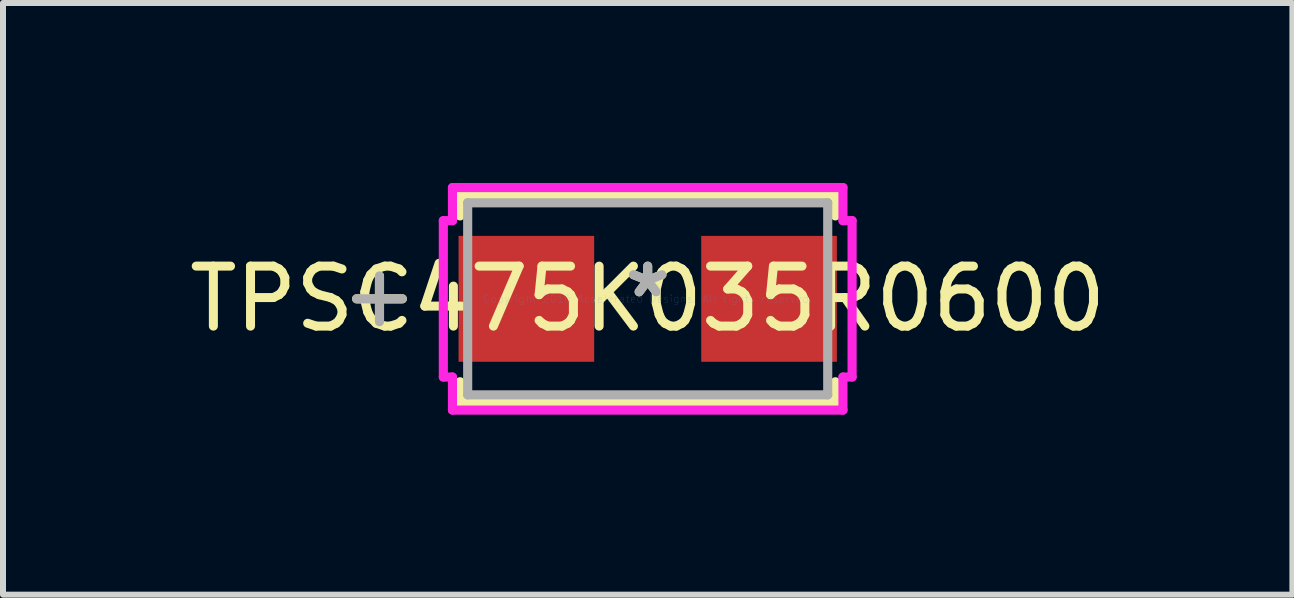
<source format=kicad_pcb>
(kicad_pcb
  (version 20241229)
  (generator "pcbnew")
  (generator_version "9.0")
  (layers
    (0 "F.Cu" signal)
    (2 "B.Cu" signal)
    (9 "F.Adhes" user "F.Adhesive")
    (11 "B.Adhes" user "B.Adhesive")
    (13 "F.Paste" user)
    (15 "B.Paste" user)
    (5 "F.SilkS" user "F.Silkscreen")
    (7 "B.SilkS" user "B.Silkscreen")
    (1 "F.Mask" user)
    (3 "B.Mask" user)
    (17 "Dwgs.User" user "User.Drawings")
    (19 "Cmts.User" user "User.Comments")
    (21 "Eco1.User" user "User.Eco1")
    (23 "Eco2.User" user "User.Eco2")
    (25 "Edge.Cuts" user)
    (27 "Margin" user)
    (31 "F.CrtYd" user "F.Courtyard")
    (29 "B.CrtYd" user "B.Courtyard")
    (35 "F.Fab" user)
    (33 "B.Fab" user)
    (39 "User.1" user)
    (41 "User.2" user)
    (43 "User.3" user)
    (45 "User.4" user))
  (footprint "TPSC475K035R0600"
    (layer "F.Cu")
    (at 7.744 1.93)
    (property "Reference" "TPSC475K035R0600" (at 0 0 0) (layer "F.SilkS") (effects (font (size 1 1) (thickness 0.15))))
    (attr through_hole)
    (fp_line (start -4.47 -0.381) (end -4.47 0.381) (stroke (width 0.152) (type solid)) (layer "F.SilkS"))
    (fp_line (start -4.089 0) (end -4.851 0) (stroke (width 0.152) (type solid)) (layer "F.SilkS"))
    (fp_line (start -3.127 -1.727) (end -3.127 -1.382) (stroke (width 0.152) (type solid)) (layer "F.SilkS"))
    (fp_line (start -3.127 1.382) (end -3.127 1.727) (stroke (width 0.152) (type solid)) (layer "F.SilkS"))
    (fp_line (start -3.127 1.727) (end 3.127 1.727) (stroke (width 0.152) (type solid)) (layer "F.SilkS"))
    (fp_line (start 3.127 -1.727) (end -3.127 -1.727) (stroke (width 0.152) (type solid)) (layer "F.SilkS"))
    (fp_line (start 3.127 -1.382) (end 3.127 -1.727) (stroke (width 0.152) (type solid)) (layer "F.SilkS"))
    (fp_line (start 3.127 1.727) (end 3.127 1.382) (stroke (width 0.152) (type solid)) (layer "F.SilkS"))
    (fp_line (start -3.406 -1.303) (end -3.254 -1.303) (stroke (width 0.152) (type solid)) (layer "F.CrtYd"))
    (fp_line (start -3.406 1.303) (end -3.406 -1.303) (stroke (width 0.152) (type solid)) (layer "F.CrtYd"))
    (fp_line (start -3.254 -1.854) (end 3.254 -1.854) (stroke (width 0.152) (type solid)) (layer "F.CrtYd"))
    (fp_line (start -3.254 -1.303) (end -3.254 -1.854) (stroke (width 0.152) (type solid)) (layer "F.CrtYd"))
    (fp_line (start -3.254 1.303) (end -3.406 1.303) (stroke (width 0.152) (type solid)) (layer "F.CrtYd"))
    (fp_line (start -3.254 1.854) (end -3.254 1.303) (stroke (width 0.152) (type solid)) (layer "F.CrtYd"))
    (fp_line (start 3.254 -1.854) (end 3.254 -1.303) (stroke (width 0.152) (type solid)) (layer "F.CrtYd"))
    (fp_line (start 3.254 -1.303) (end 3.406 -1.303) (stroke (width 0.152) (type solid)) (layer "F.CrtYd"))
    (fp_line (start 3.254 1.303) (end 3.254 1.854) (stroke (width 0.152) (type solid)) (layer "F.CrtYd"))
    (fp_line (start 3.254 1.854) (end -3.254 1.854) (stroke (width 0.152) (type solid)) (layer "F.CrtYd"))
    (fp_line (start 3.406 -1.303) (end 3.406 1.303) (stroke (width 0.152) (type solid)) (layer "F.CrtYd"))
    (fp_line (start 3.406 1.303) (end 3.254 1.303) (stroke (width 0.152) (type solid)) (layer "F.CrtYd"))
    (fp_line (start -4.47 -0.381) (end -4.47 0.381) (stroke (width 0.152) (type solid)) (layer "F.Fab"))
    (fp_line (start -4.089 0) (end -4.851 0) (stroke (width 0.152) (type solid)) (layer "F.Fab"))
    (fp_line (start -3 -1.6) (end -3 1.6) (stroke (width 0.152) (type solid)) (layer "F.Fab"))
    (fp_line (start -3 1.6) (end 3 1.6) (stroke (width 0.152) (type solid)) (layer "F.Fab"))
    (fp_line (start 3 -1.6) (end -3 -1.6) (stroke (width 0.152) (type solid)) (layer "F.Fab"))
    (fp_line (start 3 1.6) (end 3 -1.6) (stroke (width 0.152) (type solid)) (layer "F.Fab"))
    (fp_text user "*" (at 0 0 0) (layer "F.SilkS") (effects (font (size 1 1) (thickness 0.15))))
    (fp_text user "Copyright 2016 Accelerated Designs. All rights reserved." (at 0 0 0) (layer "Cmts.User") (effects (font (size 0.127 0.127) (thickness 0.002))))
    (fp_text user "*" (at 0 0 0) (layer "F.Fab") (effects (font (size 1 1) (thickness 0.15))))
    (pad "1" smd rect (at -2.022 0 90) (size 2.098 2.26) (layers "F.Cu" "F.Mask" "F.Paste"))
    (pad "2" smd rect (at 2.022 0 90) (size 2.098 2.26) (layers "F.Cu" "F.Mask" "F.Paste")))
  (gr_rect
    (start -3 -3)
    (end 18.488 6.86)
    (stroke (width 0.1) (type default))
    (fill no)
    (layer "Edge.Cuts")))
</source>
